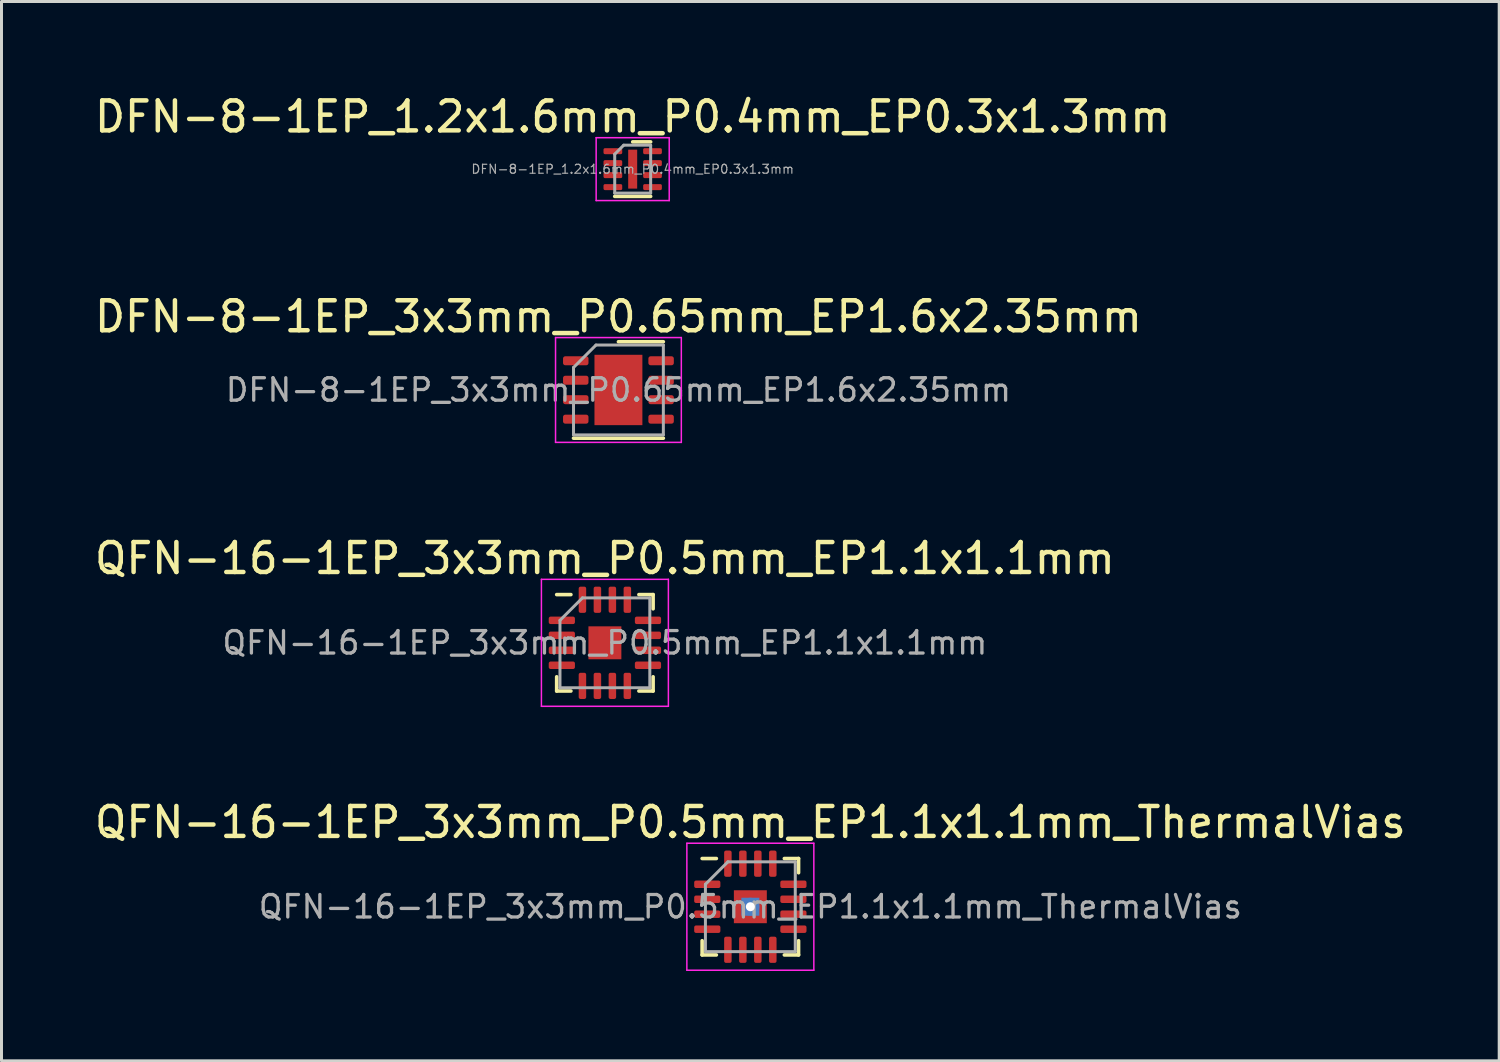
<source format=kicad_pcb>
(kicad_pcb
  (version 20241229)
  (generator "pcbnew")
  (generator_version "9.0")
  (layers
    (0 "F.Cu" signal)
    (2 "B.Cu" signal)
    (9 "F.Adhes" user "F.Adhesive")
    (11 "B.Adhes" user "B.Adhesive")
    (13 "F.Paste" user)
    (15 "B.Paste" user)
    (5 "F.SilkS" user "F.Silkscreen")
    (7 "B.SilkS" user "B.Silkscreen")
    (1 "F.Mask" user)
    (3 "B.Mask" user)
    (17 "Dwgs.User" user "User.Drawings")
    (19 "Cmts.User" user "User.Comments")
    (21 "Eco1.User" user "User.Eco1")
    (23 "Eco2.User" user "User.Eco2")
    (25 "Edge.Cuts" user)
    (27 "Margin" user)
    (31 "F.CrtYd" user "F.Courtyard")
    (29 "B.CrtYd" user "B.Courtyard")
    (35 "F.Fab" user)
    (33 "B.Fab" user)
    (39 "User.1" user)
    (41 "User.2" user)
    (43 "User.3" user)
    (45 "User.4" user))
  (footprint "DFN-8-1EP_3x3mm_P0.65mm_EP1.6x2.35mm"
    (layer "F.Cu")
    (at 17.601 9.972)
    (property "Reference" "DFN-8-1EP_3x3mm_P0.65mm_EP1.6x2.35mm" (at 0 -2.45 0) (layer "F.SilkS") (effects (font (size 1 1) (thickness 0.15))))
    (attr smd)
    (fp_line (start -1.5 1.61) (end 1.5 1.61) (stroke (width 0.12) (type solid)) (layer "F.SilkS"))
    (fp_line (start 0 -1.61) (end 1.5 -1.61) (stroke (width 0.12) (type solid)) (layer "F.SilkS"))
    (fp_line (start -2.1 -1.75) (end -2.1 1.75) (stroke (width 0.05) (type solid)) (layer "F.CrtYd"))
    (fp_line (start -2.1 1.75) (end 2.1 1.75) (stroke (width 0.05) (type solid)) (layer "F.CrtYd"))
    (fp_line (start 2.1 -1.75) (end -2.1 -1.75) (stroke (width 0.05) (type solid)) (layer "F.CrtYd"))
    (fp_line (start 2.1 1.75) (end 2.1 -1.75) (stroke (width 0.05) (type solid)) (layer "F.CrtYd"))
    (fp_line (start -1.5 -0.75) (end -0.75 -1.5) (stroke (width 0.1) (type solid)) (layer "F.Fab"))
    (fp_line (start -1.5 1.5) (end -1.5 -0.75) (stroke (width 0.1) (type solid)) (layer "F.Fab"))
    (fp_line (start -0.75 -1.5) (end 1.5 -1.5) (stroke (width 0.1) (type solid)) (layer "F.Fab"))
    (fp_line (start 1.5 -1.5) (end 1.5 1.5) (stroke (width 0.1) (type solid)) (layer "F.Fab"))
    (fp_line (start 1.5 1.5) (end -1.5 1.5) (stroke (width 0.1) (type solid)) (layer "F.Fab"))
    (fp_text user "${REFERENCE}" (at 0 0 0) (layer "F.Fab") (effects (font (size 0.75 0.75) (thickness 0.11))))
    (pad "" smd roundrect (at -0.4 -0.59) (size 0.64 0.95) (layers "F.Paste") (roundrect_rratio 0.25))
    (pad "" smd roundrect (at -0.4 0.59) (size 0.64 0.95) (layers "F.Paste") (roundrect_rratio 0.25))
    (pad "" smd roundrect (at 0.4 -0.59) (size 0.64 0.95) (layers "F.Paste") (roundrect_rratio 0.25))
    (pad "" smd roundrect (at 0.4 0.59) (size 0.64 0.95) (layers "F.Paste") (roundrect_rratio 0.25))
    (pad "1" smd roundrect (at -1.425 -0.975) (size 0.85 0.3) (layers "F.Cu" "F.Mask" "F.Paste") (roundrect_rratio 0.25))
    (pad "2" smd roundrect (at -1.425 -0.325) (size 0.85 0.3) (layers "F.Cu" "F.Mask" "F.Paste") (roundrect_rratio 0.25))
    (pad "3" smd roundrect (at -1.425 0.325) (size 0.85 0.3) (layers "F.Cu" "F.Mask" "F.Paste") (roundrect_rratio 0.25))
    (pad "4" smd roundrect (at -1.425 0.975) (size 0.85 0.3) (layers "F.Cu" "F.Mask" "F.Paste") (roundrect_rratio 0.25))
    (pad "5" smd roundrect (at 1.425 0.975) (size 0.85 0.3) (layers "F.Cu" "F.Mask" "F.Paste") (roundrect_rratio 0.25))
    (pad "6" smd roundrect (at 1.425 0.325) (size 0.85 0.3) (layers "F.Cu" "F.Mask" "F.Paste") (roundrect_rratio 0.25))
    (pad "7" smd roundrect (at 1.425 -0.325) (size 0.85 0.3) (layers "F.Cu" "F.Mask" "F.Paste") (roundrect_rratio 0.25))
    (pad "8" smd roundrect (at 1.425 -0.975) (size 0.85 0.3) (layers "F.Cu" "F.Mask" "F.Paste") (roundrect_rratio 0.25))
    (pad "9" smd rect (at 0 0) (size 1.6 2.35) (layers "F.Cu" "F.Mask")))
  (footprint "DFN-8-1EP_1.2x1.6mm_P0.4mm_EP0.3x1.3mm"
    (layer "F.Cu")
    (at 18.077 2.598)
    (property "Reference" "DFN-8-1EP_1.2x1.6mm_P0.4mm_EP0.3x1.3mm" (at 0 -1.75 0) (layer "F.SilkS") (effects (font (size 1 1) (thickness 0.15))))
    (attr smd)
    (fp_line (start -0.6 0.91) (end 0.6 0.91) (stroke (width 0.12) (type solid)) (layer "F.SilkS"))
    (fp_line (start 0 -0.91) (end 0.6 -0.91) (stroke (width 0.12) (type solid)) (layer "F.SilkS"))
    (fp_line (start -1.22 -1.05) (end -1.22 1.05) (stroke (width 0.05) (type solid)) (layer "F.CrtYd"))
    (fp_line (start -1.22 1.05) (end 1.22 1.05) (stroke (width 0.05) (type solid)) (layer "F.CrtYd"))
    (fp_line (start 1.22 -1.05) (end -1.22 -1.05) (stroke (width 0.05) (type solid)) (layer "F.CrtYd"))
    (fp_line (start 1.22 1.05) (end 1.22 -1.05) (stroke (width 0.05) (type solid)) (layer "F.CrtYd"))
    (fp_line (start -0.6 -0.5) (end -0.3 -0.8) (stroke (width 0.1) (type solid)) (layer "F.Fab"))
    (fp_line (start -0.6 0.8) (end -0.6 -0.5) (stroke (width 0.1) (type solid)) (layer "F.Fab"))
    (fp_line (start -0.3 -0.8) (end 0.6 -0.8) (stroke (width 0.1) (type solid)) (layer "F.Fab"))
    (fp_line (start 0.6 -0.8) (end 0.6 0.8) (stroke (width 0.1) (type solid)) (layer "F.Fab"))
    (fp_line (start 0.6 0.8) (end -0.6 0.8) (stroke (width 0.1) (type solid)) (layer "F.Fab"))
    (fp_text user "${REFERENCE}" (at 0 0 0) (layer "F.Fab") (effects (font (size 0.3 0.3) (thickness 0.04))))
    (pad "" smd roundrect (at 0 -0.325) (size 0.24 0.52) (layers "F.Paste") (roundrect_rratio 0.25))
    (pad "" smd roundrect (at 0 0.325) (size 0.24 0.52) (layers "F.Paste") (roundrect_rratio 0.25))
    (pad "1" smd roundrect (at -0.662 -0.6) (size 0.625 0.2) (layers "F.Cu" "F.Mask" "F.Paste") (roundrect_rratio 0.25))
    (pad "2" smd roundrect (at -0.662 -0.2) (size 0.625 0.2) (layers "F.Cu" "F.Mask" "F.Paste") (roundrect_rratio 0.25))
    (pad "3" smd roundrect (at -0.662 0.2) (size 0.625 0.2) (layers "F.Cu" "F.Mask" "F.Paste") (roundrect_rratio 0.25))
    (pad "4" smd roundrect (at -0.662 0.6) (size 0.625 0.2) (layers "F.Cu" "F.Mask" "F.Paste") (roundrect_rratio 0.25))
    (pad "5" smd roundrect (at 0.662 0.6) (size 0.625 0.2) (layers "F.Cu" "F.Mask" "F.Paste") (roundrect_rratio 0.25))
    (pad "6" smd roundrect (at 0.662 0.2) (size 0.625 0.2) (layers "F.Cu" "F.Mask" "F.Paste") (roundrect_rratio 0.25))
    (pad "7" smd roundrect (at 0.662 -0.2) (size 0.625 0.2) (layers "F.Cu" "F.Mask" "F.Paste") (roundrect_rratio 0.25))
    (pad "8" smd roundrect (at 0.662 -0.6) (size 0.625 0.2) (layers "F.Cu" "F.Mask" "F.Paste") (roundrect_rratio 0.25))
    (pad "9" smd rect (at 0 0) (size 0.3 1.3) (layers "F.Cu" "F.Mask")))
  (footprint "QFN-16-1EP_3x3mm_P0.5mm_EP1.1x1.1mm_ThermalVias"
    (layer "F.Cu")
    (at 22.006 27.228)
    (property "Reference" "QFN-16-1EP_3x3mm_P0.5mm_EP1.1x1.1mm_ThermalVias" (at 0 -2.82 0) (layer "F.SilkS") (effects (font (size 1 1) (thickness 0.15))))
    (attr smd)
    (fp_line (start -1.61 1.61) (end -1.61 1.135) (stroke (width 0.12) (type solid)) (layer "F.SilkS"))
    (fp_line (start -1.135 -1.61) (end -1.61 -1.61) (stroke (width 0.12) (type solid)) (layer "F.SilkS"))
    (fp_line (start -1.135 1.61) (end -1.61 1.61) (stroke (width 0.12) (type solid)) (layer "F.SilkS"))
    (fp_line (start 1.135 -1.61) (end 1.61 -1.61) (stroke (width 0.12) (type solid)) (layer "F.SilkS"))
    (fp_line (start 1.135 1.61) (end 1.61 1.61) (stroke (width 0.12) (type solid)) (layer "F.SilkS"))
    (fp_line (start 1.61 -1.61) (end 1.61 -1.135) (stroke (width 0.12) (type solid)) (layer "F.SilkS"))
    (fp_line (start 1.61 1.61) (end 1.61 1.135) (stroke (width 0.12) (type solid)) (layer "F.SilkS"))
    (fp_line (start -2.12 -2.12) (end -2.12 2.12) (stroke (width 0.05) (type solid)) (layer "F.CrtYd"))
    (fp_line (start -2.12 2.12) (end 2.12 2.12) (stroke (width 0.05) (type solid)) (layer "F.CrtYd"))
    (fp_line (start 2.12 -2.12) (end -2.12 -2.12) (stroke (width 0.05) (type solid)) (layer "F.CrtYd"))
    (fp_line (start 2.12 2.12) (end 2.12 -2.12) (stroke (width 0.05) (type solid)) (layer "F.CrtYd"))
    (fp_line (start -1.5 -0.75) (end -0.75 -1.5) (stroke (width 0.1) (type solid)) (layer "F.Fab"))
    (fp_line (start -1.5 1.5) (end -1.5 -0.75) (stroke (width 0.1) (type solid)) (layer "F.Fab"))
    (fp_line (start -0.75 -1.5) (end 1.5 -1.5) (stroke (width 0.1) (type solid)) (layer "F.Fab"))
    (fp_line (start 1.5 -1.5) (end 1.5 1.5) (stroke (width 0.1) (type solid)) (layer "F.Fab"))
    (fp_line (start 1.5 1.5) (end -1.5 1.5) (stroke (width 0.1) (type solid)) (layer "F.Fab"))
    (fp_text user "${REFERENCE}" (at 0 0 0) (layer "F.Fab") (effects (font (size 0.75 0.75) (thickness 0.11))))
    (pad "" smd roundrect (at -0.275 -0.275) (size 0.48 0.48) (layers "F.Paste") (roundrect_rratio 0.25))
    (pad "" smd roundrect (at -0.275 0.275) (size 0.48 0.48) (layers "F.Paste") (roundrect_rratio 0.25))
    (pad "" smd roundrect (at 0.275 -0.275) (size 0.48 0.48) (layers "F.Paste") (roundrect_rratio 0.25))
    (pad "" smd roundrect (at 0.275 0.275) (size 0.48 0.48) (layers "F.Paste") (roundrect_rratio 0.25))
    (pad "1" smd roundrect (at -1.438 -0.75) (size 0.875 0.25) (layers "F.Cu" "F.Mask" "F.Paste") (roundrect_rratio 0.25))
    (pad "2" smd roundrect (at -1.438 -0.25) (size 0.875 0.25) (layers "F.Cu" "F.Mask" "F.Paste") (roundrect_rratio 0.25))
    (pad "3" smd roundrect (at -1.438 0.25) (size 0.875 0.25) (layers "F.Cu" "F.Mask" "F.Paste") (roundrect_rratio 0.25))
    (pad "4" smd roundrect (at -1.438 0.75) (size 0.875 0.25) (layers "F.Cu" "F.Mask" "F.Paste") (roundrect_rratio 0.25))
    (pad "5" smd roundrect (at -0.75 1.438) (size 0.25 0.875) (layers "F.Cu" "F.Mask" "F.Paste") (roundrect_rratio 0.25))
    (pad "6" smd roundrect (at -0.25 1.438) (size 0.25 0.875) (layers "F.Cu" "F.Mask" "F.Paste") (roundrect_rratio 0.25))
    (pad "7" smd roundrect (at 0.25 1.438) (size 0.25 0.875) (layers "F.Cu" "F.Mask" "F.Paste") (roundrect_rratio 0.25))
    (pad "8" smd roundrect (at 0.75 1.438) (size 0.25 0.875) (layers "F.Cu" "F.Mask" "F.Paste") (roundrect_rratio 0.25))
    (pad "9" smd roundrect (at 1.438 0.75) (size 0.875 0.25) (layers "F.Cu" "F.Mask" "F.Paste") (roundrect_rratio 0.25))
    (pad "10" smd roundrect (at 1.438 0.25) (size 0.875 0.25) (layers "F.Cu" "F.Mask" "F.Paste") (roundrect_rratio 0.25))
    (pad "11" smd roundrect (at 1.438 -0.25) (size 0.875 0.25) (layers "F.Cu" "F.Mask" "F.Paste") (roundrect_rratio 0.25))
    (pad "12" smd roundrect (at 1.438 -0.75) (size 0.875 0.25) (layers "F.Cu" "F.Mask" "F.Paste") (roundrect_rratio 0.25))
    (pad "13" smd roundrect (at 0.75 -1.438) (size 0.25 0.875) (layers "F.Cu" "F.Mask" "F.Paste") (roundrect_rratio 0.25))
    (pad "14" smd roundrect (at 0.25 -1.438) (size 0.25 0.875) (layers "F.Cu" "F.Mask" "F.Paste") (roundrect_rratio 0.25))
    (pad "15" smd roundrect (at -0.25 -1.438) (size 0.25 0.875) (layers "F.Cu" "F.Mask" "F.Paste") (roundrect_rratio 0.25))
    (pad "16" smd roundrect (at -0.75 -1.438) (size 0.25 0.875) (layers "F.Cu" "F.Mask" "F.Paste") (roundrect_rratio 0.25))
    (pad "17" thru_hole circle (at 0 0) (size 0.6 0.6) (drill 0.3) (layers "*.Cu"))
    (pad "17" smd rect (at 0 0) (size 0.6 0.6) (layers "B.Cu"))
    (pad "17" smd rect (at 0 0) (size 1.1 1.1) (layers "F.Cu" "F.Mask")))
  (footprint "QFN-16-1EP_3x3mm_P0.5mm_EP1.1x1.1mm"
    (layer "F.Cu")
    (at 17.149 18.415)
    (property "Reference" "QFN-16-1EP_3x3mm_P0.5mm_EP1.1x1.1mm" (at 0 -2.82 0) (layer "F.SilkS") (effects (font (size 1 1) (thickness 0.15))))
    (attr smd)
    (fp_line (start -1.61 1.61) (end -1.61 1.135) (stroke (width 0.12) (type solid)) (layer "F.SilkS"))
    (fp_line (start -1.135 -1.61) (end -1.61 -1.61) (stroke (width 0.12) (type solid)) (layer "F.SilkS"))
    (fp_line (start -1.135 1.61) (end -1.61 1.61) (stroke (width 0.12) (type solid)) (layer "F.SilkS"))
    (fp_line (start 1.135 -1.61) (end 1.61 -1.61) (stroke (width 0.12) (type solid)) (layer "F.SilkS"))
    (fp_line (start 1.135 1.61) (end 1.61 1.61) (stroke (width 0.12) (type solid)) (layer "F.SilkS"))
    (fp_line (start 1.61 -1.61) (end 1.61 -1.135) (stroke (width 0.12) (type solid)) (layer "F.SilkS"))
    (fp_line (start 1.61 1.61) (end 1.61 1.135) (stroke (width 0.12) (type solid)) (layer "F.SilkS"))
    (fp_line (start -2.12 -2.12) (end -2.12 2.12) (stroke (width 0.05) (type solid)) (layer "F.CrtYd"))
    (fp_line (start -2.12 2.12) (end 2.12 2.12) (stroke (width 0.05) (type solid)) (layer "F.CrtYd"))
    (fp_line (start 2.12 -2.12) (end -2.12 -2.12) (stroke (width 0.05) (type solid)) (layer "F.CrtYd"))
    (fp_line (start 2.12 2.12) (end 2.12 -2.12) (stroke (width 0.05) (type solid)) (layer "F.CrtYd"))
    (fp_line (start -1.5 -0.75) (end -0.75 -1.5) (stroke (width 0.1) (type solid)) (layer "F.Fab"))
    (fp_line (start -1.5 1.5) (end -1.5 -0.75) (stroke (width 0.1) (type solid)) (layer "F.Fab"))
    (fp_line (start -0.75 -1.5) (end 1.5 -1.5) (stroke (width 0.1) (type solid)) (layer "F.Fab"))
    (fp_line (start 1.5 -1.5) (end 1.5 1.5) (stroke (width 0.1) (type solid)) (layer "F.Fab"))
    (fp_line (start 1.5 1.5) (end -1.5 1.5) (stroke (width 0.1) (type solid)) (layer "F.Fab"))
    (fp_text user "${REFERENCE}" (at 0 0 0) (layer "F.Fab") (effects (font (size 0.75 0.75) (thickness 0.11))))
    (pad "" smd roundrect (at -0.275 -0.275) (size 0.44 0.44) (layers "F.Paste") (roundrect_rratio 0.25))
    (pad "" smd roundrect (at -0.275 0.275) (size 0.44 0.44) (layers "F.Paste") (roundrect_rratio 0.25))
    (pad "" smd roundrect (at 0.275 -0.275) (size 0.44 0.44) (layers "F.Paste") (roundrect_rratio 0.25))
    (pad "" smd roundrect (at 0.275 0.275) (size 0.44 0.44) (layers "F.Paste") (roundrect_rratio 0.25))
    (pad "1" smd roundrect (at -1.438 -0.75) (size 0.875 0.25) (layers "F.Cu" "F.Mask" "F.Paste") (roundrect_rratio 0.25))
    (pad "2" smd roundrect (at -1.438 -0.25) (size 0.875 0.25) (layers "F.Cu" "F.Mask" "F.Paste") (roundrect_rratio 0.25))
    (pad "3" smd roundrect (at -1.438 0.25) (size 0.875 0.25) (layers "F.Cu" "F.Mask" "F.Paste") (roundrect_rratio 0.25))
    (pad "4" smd roundrect (at -1.438 0.75) (size 0.875 0.25) (layers "F.Cu" "F.Mask" "F.Paste") (roundrect_rratio 0.25))
    (pad "5" smd roundrect (at -0.75 1.438) (size 0.25 0.875) (layers "F.Cu" "F.Mask" "F.Paste") (roundrect_rratio 0.25))
    (pad "6" smd roundrect (at -0.25 1.438) (size 0.25 0.875) (layers "F.Cu" "F.Mask" "F.Paste") (roundrect_rratio 0.25))
    (pad "7" smd roundrect (at 0.25 1.438) (size 0.25 0.875) (layers "F.Cu" "F.Mask" "F.Paste") (roundrect_rratio 0.25))
    (pad "8" smd roundrect (at 0.75 1.438) (size 0.25 0.875) (layers "F.Cu" "F.Mask" "F.Paste") (roundrect_rratio 0.25))
    (pad "9" smd roundrect (at 1.438 0.75) (size 0.875 0.25) (layers "F.Cu" "F.Mask" "F.Paste") (roundrect_rratio 0.25))
    (pad "10" smd roundrect (at 1.438 0.25) (size 0.875 0.25) (layers "F.Cu" "F.Mask" "F.Paste") (roundrect_rratio 0.25))
    (pad "11" smd roundrect (at 1.438 -0.25) (size 0.875 0.25) (layers "F.Cu" "F.Mask" "F.Paste") (roundrect_rratio 0.25))
    (pad "12" smd roundrect (at 1.438 -0.75) (size 0.875 0.25) (layers "F.Cu" "F.Mask" "F.Paste") (roundrect_rratio 0.25))
    (pad "13" smd roundrect (at 0.75 -1.438) (size 0.25 0.875) (layers "F.Cu" "F.Mask" "F.Paste") (roundrect_rratio 0.25))
    (pad "14" smd roundrect (at 0.25 -1.438) (size 0.25 0.875) (layers "F.Cu" "F.Mask" "F.Paste") (roundrect_rratio 0.25))
    (pad "15" smd roundrect (at -0.25 -1.438) (size 0.25 0.875) (layers "F.Cu" "F.Mask" "F.Paste") (roundrect_rratio 0.25))
    (pad "16" smd roundrect (at -0.75 -1.438) (size 0.25 0.875) (layers "F.Cu" "F.Mask" "F.Paste") (roundrect_rratio 0.25))
    (pad "17" smd rect (at 0 0) (size 1.1 1.1) (layers "F.Cu" "F.Mask")))
  (gr_rect
    (start -3 -3)
    (end 47.012 32.373)
    (stroke (width 0.1) (type default))
    (fill no)
    (layer "Edge.Cuts")))
</source>
